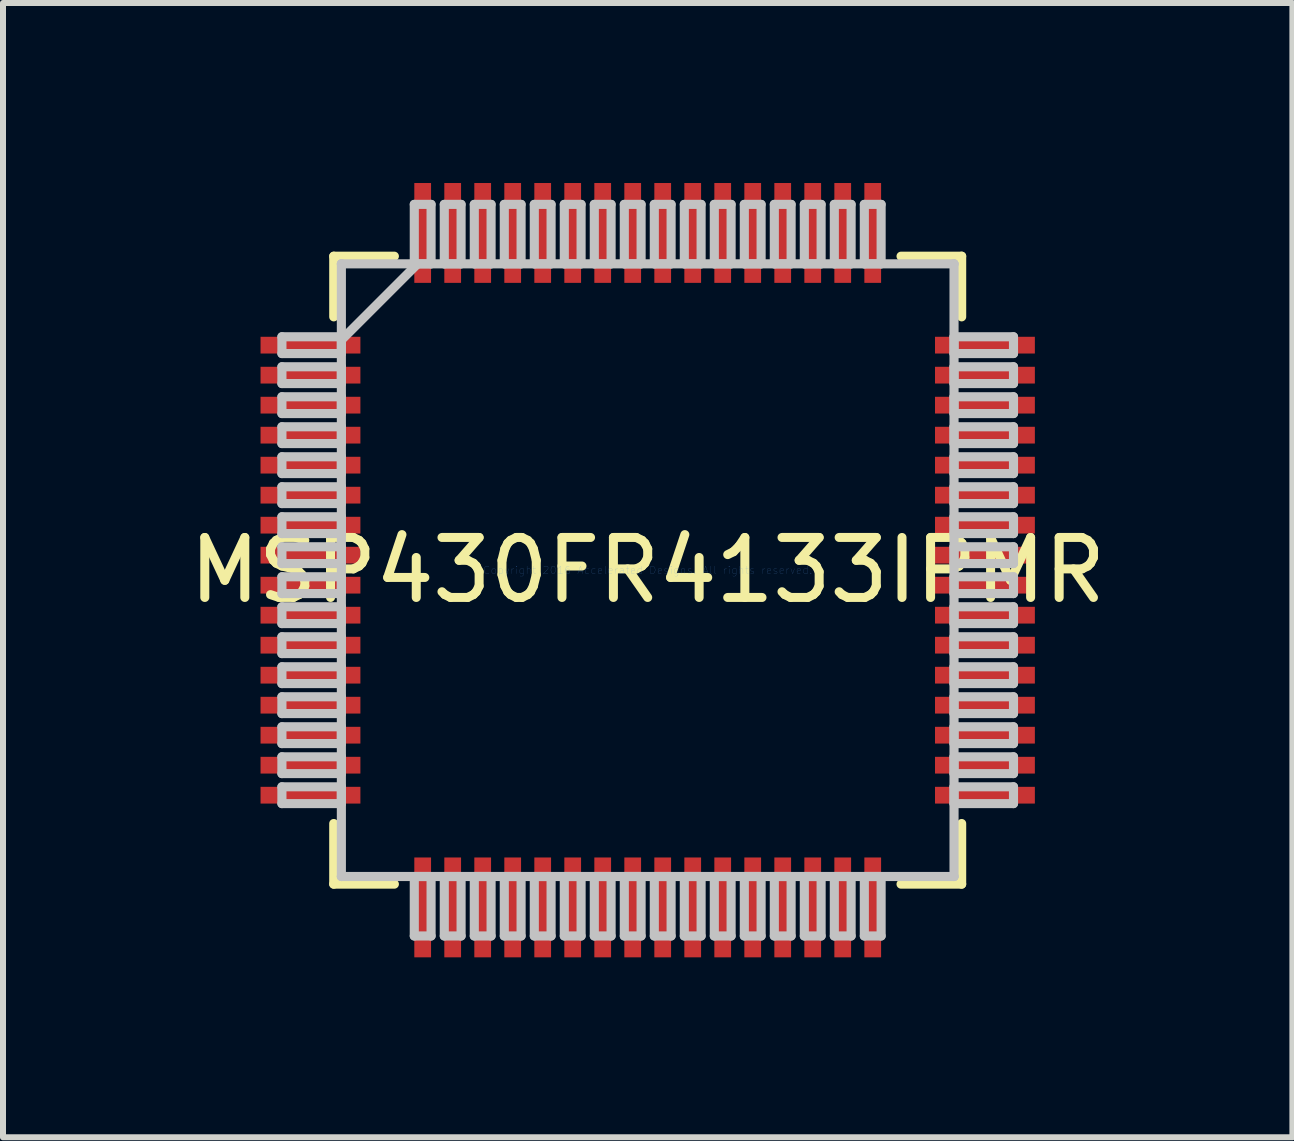
<source format=kicad_pcb>
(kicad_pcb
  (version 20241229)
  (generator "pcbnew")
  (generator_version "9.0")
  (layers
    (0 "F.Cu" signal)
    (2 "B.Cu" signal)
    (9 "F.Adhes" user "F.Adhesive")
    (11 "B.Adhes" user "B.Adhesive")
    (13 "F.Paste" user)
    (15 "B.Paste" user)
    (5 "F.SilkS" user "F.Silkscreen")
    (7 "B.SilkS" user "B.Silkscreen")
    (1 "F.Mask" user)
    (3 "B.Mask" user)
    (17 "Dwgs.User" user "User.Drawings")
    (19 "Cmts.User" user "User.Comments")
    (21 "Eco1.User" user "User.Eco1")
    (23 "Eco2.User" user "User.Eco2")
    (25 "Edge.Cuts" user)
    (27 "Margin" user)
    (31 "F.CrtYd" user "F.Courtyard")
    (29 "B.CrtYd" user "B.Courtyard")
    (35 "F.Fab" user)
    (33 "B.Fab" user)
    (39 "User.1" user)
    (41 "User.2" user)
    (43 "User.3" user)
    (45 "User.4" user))
  (footprint "MSP430FR4133IPMR"
    (layer "F.Cu")
    (at 7.744 6.452)
    (property "Reference" "MSP430FR4133IPMR" (at 0 0 0) (layer "F.SilkS") (effects (font (size 1 1) (thickness 0.15))))
    (attr through_hole)
    (fp_line (start -5.232 -5.232) (end -5.232 -4.222) (stroke (width 0.152) (type solid)) (layer "F.SilkS"))
    (fp_line (start -5.232 4.222) (end -5.232 5.232) (stroke (width 0.152) (type solid)) (layer "F.SilkS"))
    (fp_line (start -5.232 5.232) (end -4.222 5.232) (stroke (width 0.152) (type solid)) (layer "F.SilkS"))
    (fp_line (start -4.222 -5.232) (end -5.232 -5.232) (stroke (width 0.152) (type solid)) (layer "F.SilkS"))
    (fp_line (start 4.222 5.232) (end 5.232 5.232) (stroke (width 0.152) (type solid)) (layer "F.SilkS"))
    (fp_line (start 5.232 -5.232) (end 4.222 -5.232) (stroke (width 0.152) (type solid)) (layer "F.SilkS"))
    (fp_line (start 5.232 -4.222) (end 5.232 -5.232) (stroke (width 0.152) (type solid)) (layer "F.SilkS"))
    (fp_line (start 5.232 5.232) (end 5.232 4.222) (stroke (width 0.152) (type solid)) (layer "F.SilkS"))
    (fp_line (start -6.096 -3.89) (end -6.096 -3.61) (stroke (width 0.152) (type solid)) (layer "Dwgs.User"))
    (fp_line (start -6.096 -3.61) (end -5.105 -3.61) (stroke (width 0.152) (type solid)) (layer "Dwgs.User"))
    (fp_line (start -6.096 -3.39) (end -6.096 -3.11) (stroke (width 0.152) (type solid)) (layer "Dwgs.User"))
    (fp_line (start -6.096 -3.11) (end -5.105 -3.11) (stroke (width 0.152) (type solid)) (layer "Dwgs.User"))
    (fp_line (start -6.096 -2.89) (end -6.096 -2.61) (stroke (width 0.152) (type solid)) (layer "Dwgs.User"))
    (fp_line (start -6.096 -2.61) (end -5.105 -2.61) (stroke (width 0.152) (type solid)) (layer "Dwgs.User"))
    (fp_line (start -6.096 -2.39) (end -6.096 -2.11) (stroke (width 0.152) (type solid)) (layer "Dwgs.User"))
    (fp_line (start -6.096 -2.11) (end -5.105 -2.11) (stroke (width 0.152) (type solid)) (layer "Dwgs.User"))
    (fp_line (start -6.096 -1.89) (end -6.096 -1.61) (stroke (width 0.152) (type solid)) (layer "Dwgs.User"))
    (fp_line (start -6.096 -1.61) (end -5.105 -1.61) (stroke (width 0.152) (type solid)) (layer "Dwgs.User"))
    (fp_line (start -6.096 -1.39) (end -6.096 -1.11) (stroke (width 0.152) (type solid)) (layer "Dwgs.User"))
    (fp_line (start -6.096 -1.11) (end -5.105 -1.11) (stroke (width 0.152) (type solid)) (layer "Dwgs.User"))
    (fp_line (start -6.096 -0.89) (end -6.096 -0.61) (stroke (width 0.152) (type solid)) (layer "Dwgs.User"))
    (fp_line (start -6.096 -0.61) (end -5.105 -0.61) (stroke (width 0.152) (type solid)) (layer "Dwgs.User"))
    (fp_line (start -6.096 -0.39) (end -6.096 -0.11) (stroke (width 0.152) (type solid)) (layer "Dwgs.User"))
    (fp_line (start -6.096 -0.11) (end -5.105 -0.11) (stroke (width 0.152) (type solid)) (layer "Dwgs.User"))
    (fp_line (start -6.096 0.11) (end -6.096 0.39) (stroke (width 0.152) (type solid)) (layer "Dwgs.User"))
    (fp_line (start -6.096 0.39) (end -5.105 0.39) (stroke (width 0.152) (type solid)) (layer "Dwgs.User"))
    (fp_line (start -6.096 0.61) (end -6.096 0.89) (stroke (width 0.152) (type solid)) (layer "Dwgs.User"))
    (fp_line (start -6.096 0.89) (end -5.105 0.89) (stroke (width 0.152) (type solid)) (layer "Dwgs.User"))
    (fp_line (start -6.096 1.11) (end -6.096 1.39) (stroke (width 0.152) (type solid)) (layer "Dwgs.User"))
    (fp_line (start -6.096 1.39) (end -5.105 1.39) (stroke (width 0.152) (type solid)) (layer "Dwgs.User"))
    (fp_line (start -6.096 1.61) (end -6.096 1.89) (stroke (width 0.152) (type solid)) (layer "Dwgs.User"))
    (fp_line (start -6.096 1.89) (end -5.105 1.89) (stroke (width 0.152) (type solid)) (layer "Dwgs.User"))
    (fp_line (start -6.096 2.11) (end -6.096 2.39) (stroke (width 0.152) (type solid)) (layer "Dwgs.User"))
    (fp_line (start -6.096 2.39) (end -5.105 2.39) (stroke (width 0.152) (type solid)) (layer "Dwgs.User"))
    (fp_line (start -6.096 2.61) (end -6.096 2.89) (stroke (width 0.152) (type solid)) (layer "Dwgs.User"))
    (fp_line (start -6.096 2.89) (end -5.105 2.89) (stroke (width 0.152) (type solid)) (layer "Dwgs.User"))
    (fp_line (start -6.096 3.11) (end -6.096 3.39) (stroke (width 0.152) (type solid)) (layer "Dwgs.User"))
    (fp_line (start -6.096 3.39) (end -5.105 3.39) (stroke (width 0.152) (type solid)) (layer "Dwgs.User"))
    (fp_line (start -6.096 3.61) (end -6.096 3.89) (stroke (width 0.152) (type solid)) (layer "Dwgs.User"))
    (fp_line (start -6.096 3.89) (end -5.105 3.89) (stroke (width 0.152) (type solid)) (layer "Dwgs.User"))
    (fp_line (start -5.105 -5.105) (end -5.105 -5.105) (stroke (width 0.152) (type solid)) (layer "Dwgs.User"))
    (fp_line (start -5.105 -5.105) (end -5.105 5.105) (stroke (width 0.152) (type solid)) (layer "Dwgs.User"))
    (fp_line (start -5.105 -3.89) (end -6.096 -3.89) (stroke (width 0.152) (type solid)) (layer "Dwgs.User"))
    (fp_line (start -5.105 -3.835) (end -3.835 -5.105) (stroke (width 0.152) (type solid)) (layer "Dwgs.User"))
    (fp_line (start -5.105 -3.61) (end -5.105 -3.89) (stroke (width 0.152) (type solid)) (layer "Dwgs.User"))
    (fp_line (start -5.105 -3.39) (end -6.096 -3.39) (stroke (width 0.152) (type solid)) (layer "Dwgs.User"))
    (fp_line (start -5.105 -3.11) (end -5.105 -3.39) (stroke (width 0.152) (type solid)) (layer "Dwgs.User"))
    (fp_line (start -5.105 -2.89) (end -6.096 -2.89) (stroke (width 0.152) (type solid)) (layer "Dwgs.User"))
    (fp_line (start -5.105 -2.61) (end -5.105 -2.89) (stroke (width 0.152) (type solid)) (layer "Dwgs.User"))
    (fp_line (start -5.105 -2.39) (end -6.096 -2.39) (stroke (width 0.152) (type solid)) (layer "Dwgs.User"))
    (fp_line (start -5.105 -2.11) (end -5.105 -2.39) (stroke (width 0.152) (type solid)) (layer "Dwgs.User"))
    (fp_line (start -5.105 -1.89) (end -6.096 -1.89) (stroke (width 0.152) (type solid)) (layer "Dwgs.User"))
    (fp_line (start -5.105 -1.61) (end -5.105 -1.89) (stroke (width 0.152) (type solid)) (layer "Dwgs.User"))
    (fp_line (start -5.105 -1.39) (end -6.096 -1.39) (stroke (width 0.152) (type solid)) (layer "Dwgs.User"))
    (fp_line (start -5.105 -1.11) (end -5.105 -1.39) (stroke (width 0.152) (type solid)) (layer "Dwgs.User"))
    (fp_line (start -5.105 -0.89) (end -6.096 -0.89) (stroke (width 0.152) (type solid)) (layer "Dwgs.User"))
    (fp_line (start -5.105 -0.61) (end -5.105 -0.89) (stroke (width 0.152) (type solid)) (layer "Dwgs.User"))
    (fp_line (start -5.105 -0.39) (end -6.096 -0.39) (stroke (width 0.152) (type solid)) (layer "Dwgs.User"))
    (fp_line (start -5.105 -0.11) (end -5.105 -0.39) (stroke (width 0.152) (type solid)) (layer "Dwgs.User"))
    (fp_line (start -5.105 0.11) (end -6.096 0.11) (stroke (width 0.152) (type solid)) (layer "Dwgs.User"))
    (fp_line (start -5.105 0.39) (end -5.105 0.11) (stroke (width 0.152) (type solid)) (layer "Dwgs.User"))
    (fp_line (start -5.105 0.61) (end -6.096 0.61) (stroke (width 0.152) (type solid)) (layer "Dwgs.User"))
    (fp_line (start -5.105 0.89) (end -5.105 0.61) (stroke (width 0.152) (type solid)) (layer "Dwgs.User"))
    (fp_line (start -5.105 1.11) (end -6.096 1.11) (stroke (width 0.152) (type solid)) (layer "Dwgs.User"))
    (fp_line (start -5.105 1.39) (end -5.105 1.11) (stroke (width 0.152) (type solid)) (layer "Dwgs.User"))
    (fp_line (start -5.105 1.61) (end -6.096 1.61) (stroke (width 0.152) (type solid)) (layer "Dwgs.User"))
    (fp_line (start -5.105 1.89) (end -5.105 1.61) (stroke (width 0.152) (type solid)) (layer "Dwgs.User"))
    (fp_line (start -5.105 2.11) (end -6.096 2.11) (stroke (width 0.152) (type solid)) (layer "Dwgs.User"))
    (fp_line (start -5.105 2.39) (end -5.105 2.11) (stroke (width 0.152) (type solid)) (layer "Dwgs.User"))
    (fp_line (start -5.105 2.61) (end -6.096 2.61) (stroke (width 0.152) (type solid)) (layer "Dwgs.User"))
    (fp_line (start -5.105 2.89) (end -5.105 2.61) (stroke (width 0.152) (type solid)) (layer "Dwgs.User"))
    (fp_line (start -5.105 3.11) (end -6.096 3.11) (stroke (width 0.152) (type solid)) (layer "Dwgs.User"))
    (fp_line (start -5.105 3.39) (end -5.105 3.11) (stroke (width 0.152) (type solid)) (layer "Dwgs.User"))
    (fp_line (start -5.105 3.61) (end -6.096 3.61) (stroke (width 0.152) (type solid)) (layer "Dwgs.User"))
    (fp_line (start -5.105 3.89) (end -5.105 3.61) (stroke (width 0.152) (type solid)) (layer "Dwgs.User"))
    (fp_line (start -5.105 5.105) (end -5.105 5.105) (stroke (width 0.152) (type solid)) (layer "Dwgs.User"))
    (fp_line (start -5.105 5.105) (end 5.105 5.105) (stroke (width 0.152) (type solid)) (layer "Dwgs.User"))
    (fp_line (start -3.89 -6.096) (end -3.89 -5.105) (stroke (width 0.152) (type solid)) (layer "Dwgs.User"))
    (fp_line (start -3.89 -5.105) (end -3.61 -5.105) (stroke (width 0.152) (type solid)) (layer "Dwgs.User"))
    (fp_line (start -3.89 5.105) (end -3.89 6.096) (stroke (width 0.152) (type solid)) (layer "Dwgs.User"))
    (fp_line (start -3.89 6.096) (end -3.61 6.096) (stroke (width 0.152) (type solid)) (layer "Dwgs.User"))
    (fp_line (start -3.61 -6.096) (end -3.89 -6.096) (stroke (width 0.152) (type solid)) (layer "Dwgs.User"))
    (fp_line (start -3.61 -5.105) (end -3.61 -6.096) (stroke (width 0.152) (type solid)) (layer "Dwgs.User"))
    (fp_line (start -3.61 5.105) (end -3.89 5.105) (stroke (width 0.152) (type solid)) (layer "Dwgs.User"))
    (fp_line (start -3.61 6.096) (end -3.61 5.105) (stroke (width 0.152) (type solid)) (layer "Dwgs.User"))
    (fp_line (start -3.39 -6.096) (end -3.39 -5.105) (stroke (width 0.152) (type solid)) (layer "Dwgs.User"))
    (fp_line (start -3.39 -5.105) (end -3.11 -5.105) (stroke (width 0.152) (type solid)) (layer "Dwgs.User"))
    (fp_line (start -3.39 5.105) (end -3.39 6.096) (stroke (width 0.152) (type solid)) (layer "Dwgs.User"))
    (fp_line (start -3.39 6.096) (end -3.11 6.096) (stroke (width 0.152) (type solid)) (layer "Dwgs.User"))
    (fp_line (start -3.11 -6.096) (end -3.39 -6.096) (stroke (width 0.152) (type solid)) (layer "Dwgs.User"))
    (fp_line (start -3.11 -5.105) (end -3.11 -6.096) (stroke (width 0.152) (type solid)) (layer "Dwgs.User"))
    (fp_line (start -3.11 5.105) (end -3.39 5.105) (stroke (width 0.152) (type solid)) (layer "Dwgs.User"))
    (fp_line (start -3.11 6.096) (end -3.11 5.105) (stroke (width 0.152) (type solid)) (layer "Dwgs.User"))
    (fp_line (start -2.89 -6.096) (end -2.89 -5.105) (stroke (width 0.152) (type solid)) (layer "Dwgs.User"))
    (fp_line (start -2.89 -5.105) (end -2.61 -5.105) (stroke (width 0.152) (type solid)) (layer "Dwgs.User"))
    (fp_line (start -2.89 5.105) (end -2.89 6.096) (stroke (width 0.152) (type solid)) (layer "Dwgs.User"))
    (fp_line (start -2.89 6.096) (end -2.61 6.096) (stroke (width 0.152) (type solid)) (layer "Dwgs.User"))
    (fp_line (start -2.61 -6.096) (end -2.89 -6.096) (stroke (width 0.152) (type solid)) (layer "Dwgs.User"))
    (fp_line (start -2.61 -5.105) (end -2.61 -6.096) (stroke (width 0.152) (type solid)) (layer "Dwgs.User"))
    (fp_line (start -2.61 5.105) (end -2.89 5.105) (stroke (width 0.152) (type solid)) (layer "Dwgs.User"))
    (fp_line (start -2.61 6.096) (end -2.61 5.105) (stroke (width 0.152) (type solid)) (layer "Dwgs.User"))
    (fp_line (start -2.39 -6.096) (end -2.39 -5.105) (stroke (width 0.152) (type solid)) (layer "Dwgs.User"))
    (fp_line (start -2.39 -5.105) (end -2.11 -5.105) (stroke (width 0.152) (type solid)) (layer "Dwgs.User"))
    (fp_line (start -2.39 5.105) (end -2.39 6.096) (stroke (width 0.152) (type solid)) (layer "Dwgs.User"))
    (fp_line (start -2.39 6.096) (end -2.11 6.096) (stroke (width 0.152) (type solid)) (layer "Dwgs.User"))
    (fp_line (start -2.11 -6.096) (end -2.39 -6.096) (stroke (width 0.152) (type solid)) (layer "Dwgs.User"))
    (fp_line (start -2.11 -5.105) (end -2.11 -6.096) (stroke (width 0.152) (type solid)) (layer "Dwgs.User"))
    (fp_line (start -2.11 5.105) (end -2.39 5.105) (stroke (width 0.152) (type solid)) (layer "Dwgs.User"))
    (fp_line (start -2.11 6.096) (end -2.11 5.105) (stroke (width 0.152) (type solid)) (layer "Dwgs.User"))
    (fp_line (start -1.89 -6.096) (end -1.89 -5.105) (stroke (width 0.152) (type solid)) (layer "Dwgs.User"))
    (fp_line (start -1.89 -5.105) (end -1.61 -5.105) (stroke (width 0.152) (type solid)) (layer "Dwgs.User"))
    (fp_line (start -1.89 5.105) (end -1.89 6.096) (stroke (width 0.152) (type solid)) (layer "Dwgs.User"))
    (fp_line (start -1.89 6.096) (end -1.61 6.096) (stroke (width 0.152) (type solid)) (layer "Dwgs.User"))
    (fp_line (start -1.61 -6.096) (end -1.89 -6.096) (stroke (width 0.152) (type solid)) (layer "Dwgs.User"))
    (fp_line (start -1.61 -5.105) (end -1.61 -6.096) (stroke (width 0.152) (type solid)) (layer "Dwgs.User"))
    (fp_line (start -1.61 5.105) (end -1.89 5.105) (stroke (width 0.152) (type solid)) (layer "Dwgs.User"))
    (fp_line (start -1.61 6.096) (end -1.61 5.105) (stroke (width 0.152) (type solid)) (layer "Dwgs.User"))
    (fp_line (start -1.39 -6.096) (end -1.39 -5.105) (stroke (width 0.152) (type solid)) (layer "Dwgs.User"))
    (fp_line (start -1.39 -5.105) (end -1.11 -5.105) (stroke (width 0.152) (type solid)) (layer "Dwgs.User"))
    (fp_line (start -1.39 5.105) (end -1.39 6.096) (stroke (width 0.152) (type solid)) (layer "Dwgs.User"))
    (fp_line (start -1.39 6.096) (end -1.11 6.096) (stroke (width 0.152) (type solid)) (layer "Dwgs.User"))
    (fp_line (start -1.11 -6.096) (end -1.39 -6.096) (stroke (width 0.152) (type solid)) (layer "Dwgs.User"))
    (fp_line (start -1.11 -5.105) (end -1.11 -6.096) (stroke (width 0.152) (type solid)) (layer "Dwgs.User"))
    (fp_line (start -1.11 5.105) (end -1.39 5.105) (stroke (width 0.152) (type solid)) (layer "Dwgs.User"))
    (fp_line (start -1.11 6.096) (end -1.11 5.105) (stroke (width 0.152) (type solid)) (layer "Dwgs.User"))
    (fp_line (start -0.89 -6.096) (end -0.89 -5.105) (stroke (width 0.152) (type solid)) (layer "Dwgs.User"))
    (fp_line (start -0.89 -5.105) (end -0.61 -5.105) (stroke (width 0.152) (type solid)) (layer "Dwgs.User"))
    (fp_line (start -0.89 5.105) (end -0.89 6.096) (stroke (width 0.152) (type solid)) (layer "Dwgs.User"))
    (fp_line (start -0.89 6.096) (end -0.61 6.096) (stroke (width 0.152) (type solid)) (layer "Dwgs.User"))
    (fp_line (start -0.61 -6.096) (end -0.89 -6.096) (stroke (width 0.152) (type solid)) (layer "Dwgs.User"))
    (fp_line (start -0.61 -5.105) (end -0.61 -6.096) (stroke (width 0.152) (type solid)) (layer "Dwgs.User"))
    (fp_line (start -0.61 5.105) (end -0.89 5.105) (stroke (width 0.152) (type solid)) (layer "Dwgs.User"))
    (fp_line (start -0.61 6.096) (end -0.61 5.105) (stroke (width 0.152) (type solid)) (layer "Dwgs.User"))
    (fp_line (start -0.39 -6.096) (end -0.39 -5.105) (stroke (width 0.152) (type solid)) (layer "Dwgs.User"))
    (fp_line (start -0.39 -5.105) (end -0.11 -5.105) (stroke (width 0.152) (type solid)) (layer "Dwgs.User"))
    (fp_line (start -0.39 5.105) (end -0.39 6.096) (stroke (width 0.152) (type solid)) (layer "Dwgs.User"))
    (fp_line (start -0.39 6.096) (end -0.11 6.096) (stroke (width 0.152) (type solid)) (layer "Dwgs.User"))
    (fp_line (start -0.11 -6.096) (end -0.39 -6.096) (stroke (width 0.152) (type solid)) (layer "Dwgs.User"))
    (fp_line (start -0.11 -5.105) (end -0.11 -6.096) (stroke (width 0.152) (type solid)) (layer "Dwgs.User"))
    (fp_line (start -0.11 5.105) (end -0.39 5.105) (stroke (width 0.152) (type solid)) (layer "Dwgs.User"))
    (fp_line (start -0.11 6.096) (end -0.11 5.105) (stroke (width 0.152) (type solid)) (layer "Dwgs.User"))
    (fp_line (start 0.11 -6.096) (end 0.11 -5.105) (stroke (width 0.152) (type solid)) (layer "Dwgs.User"))
    (fp_line (start 0.11 -5.105) (end 0.39 -5.105) (stroke (width 0.152) (type solid)) (layer "Dwgs.User"))
    (fp_line (start 0.11 5.105) (end 0.11 6.096) (stroke (width 0.152) (type solid)) (layer "Dwgs.User"))
    (fp_line (start 0.11 6.096) (end 0.39 6.096) (stroke (width 0.152) (type solid)) (layer "Dwgs.User"))
    (fp_line (start 0.39 -6.096) (end 0.11 -6.096) (stroke (width 0.152) (type solid)) (layer "Dwgs.User"))
    (fp_line (start 0.39 -5.105) (end 0.39 -6.096) (stroke (width 0.152) (type solid)) (layer "Dwgs.User"))
    (fp_line (start 0.39 5.105) (end 0.11 5.105) (stroke (width 0.152) (type solid)) (layer "Dwgs.User"))
    (fp_line (start 0.39 6.096) (end 0.39 5.105) (stroke (width 0.152) (type solid)) (layer "Dwgs.User"))
    (fp_line (start 0.61 -6.096) (end 0.61 -5.105) (stroke (width 0.152) (type solid)) (layer "Dwgs.User"))
    (fp_line (start 0.61 -5.105) (end 0.89 -5.105) (stroke (width 0.152) (type solid)) (layer "Dwgs.User"))
    (fp_line (start 0.61 5.105) (end 0.61 6.096) (stroke (width 0.152) (type solid)) (layer "Dwgs.User"))
    (fp_line (start 0.61 6.096) (end 0.89 6.096) (stroke (width 0.152) (type solid)) (layer "Dwgs.User"))
    (fp_line (start 0.89 -6.096) (end 0.61 -6.096) (stroke (width 0.152) (type solid)) (layer "Dwgs.User"))
    (fp_line (start 0.89 -5.105) (end 0.89 -6.096) (stroke (width 0.152) (type solid)) (layer "Dwgs.User"))
    (fp_line (start 0.89 5.105) (end 0.61 5.105) (stroke (width 0.152) (type solid)) (layer "Dwgs.User"))
    (fp_line (start 0.89 6.096) (end 0.89 5.105) (stroke (width 0.152) (type solid)) (layer "Dwgs.User"))
    (fp_line (start 1.11 -6.096) (end 1.11 -5.105) (stroke (width 0.152) (type solid)) (layer "Dwgs.User"))
    (fp_line (start 1.11 -5.105) (end 1.39 -5.105) (stroke (width 0.152) (type solid)) (layer "Dwgs.User"))
    (fp_line (start 1.11 5.105) (end 1.11 6.096) (stroke (width 0.152) (type solid)) (layer "Dwgs.User"))
    (fp_line (start 1.11 6.096) (end 1.39 6.096) (stroke (width 0.152) (type solid)) (layer "Dwgs.User"))
    (fp_line (start 1.39 -6.096) (end 1.11 -6.096) (stroke (width 0.152) (type solid)) (layer "Dwgs.User"))
    (fp_line (start 1.39 -5.105) (end 1.39 -6.096) (stroke (width 0.152) (type solid)) (layer "Dwgs.User"))
    (fp_line (start 1.39 5.105) (end 1.11 5.105) (stroke (width 0.152) (type solid)) (layer "Dwgs.User"))
    (fp_line (start 1.39 6.096) (end 1.39 5.105) (stroke (width 0.152) (type solid)) (layer "Dwgs.User"))
    (fp_line (start 1.61 -6.096) (end 1.61 -5.105) (stroke (width 0.152) (type solid)) (layer "Dwgs.User"))
    (fp_line (start 1.61 -5.105) (end 1.89 -5.105) (stroke (width 0.152) (type solid)) (layer "Dwgs.User"))
    (fp_line (start 1.61 5.105) (end 1.61 6.096) (stroke (width 0.152) (type solid)) (layer "Dwgs.User"))
    (fp_line (start 1.61 6.096) (end 1.89 6.096) (stroke (width 0.152) (type solid)) (layer "Dwgs.User"))
    (fp_line (start 1.89 -6.096) (end 1.61 -6.096) (stroke (width 0.152) (type solid)) (layer "Dwgs.User"))
    (fp_line (start 1.89 -5.105) (end 1.89 -6.096) (stroke (width 0.152) (type solid)) (layer "Dwgs.User"))
    (fp_line (start 1.89 5.105) (end 1.61 5.105) (stroke (width 0.152) (type solid)) (layer "Dwgs.User"))
    (fp_line (start 1.89 6.096) (end 1.89 5.105) (stroke (width 0.152) (type solid)) (layer "Dwgs.User"))
    (fp_line (start 2.11 -6.096) (end 2.11 -5.105) (stroke (width 0.152) (type solid)) (layer "Dwgs.User"))
    (fp_line (start 2.11 -5.105) (end 2.39 -5.105) (stroke (width 0.152) (type solid)) (layer "Dwgs.User"))
    (fp_line (start 2.11 5.105) (end 2.11 6.096) (stroke (width 0.152) (type solid)) (layer "Dwgs.User"))
    (fp_line (start 2.11 6.096) (end 2.39 6.096) (stroke (width 0.152) (type solid)) (layer "Dwgs.User"))
    (fp_line (start 2.39 -6.096) (end 2.11 -6.096) (stroke (width 0.152) (type solid)) (layer "Dwgs.User"))
    (fp_line (start 2.39 -5.105) (end 2.39 -6.096) (stroke (width 0.152) (type solid)) (layer "Dwgs.User"))
    (fp_line (start 2.39 5.105) (end 2.11 5.105) (stroke (width 0.152) (type solid)) (layer "Dwgs.User"))
    (fp_line (start 2.39 6.096) (end 2.39 5.105) (stroke (width 0.152) (type solid)) (layer "Dwgs.User"))
    (fp_line (start 2.61 -6.096) (end 2.61 -5.105) (stroke (width 0.152) (type solid)) (layer "Dwgs.User"))
    (fp_line (start 2.61 -5.105) (end 2.89 -5.105) (stroke (width 0.152) (type solid)) (layer "Dwgs.User"))
    (fp_line (start 2.61 5.105) (end 2.61 6.096) (stroke (width 0.152) (type solid)) (layer "Dwgs.User"))
    (fp_line (start 2.61 6.096) (end 2.89 6.096) (stroke (width 0.152) (type solid)) (layer "Dwgs.User"))
    (fp_line (start 2.89 -6.096) (end 2.61 -6.096) (stroke (width 0.152) (type solid)) (layer "Dwgs.User"))
    (fp_line (start 2.89 -5.105) (end 2.89 -6.096) (stroke (width 0.152) (type solid)) (layer "Dwgs.User"))
    (fp_line (start 2.89 5.105) (end 2.61 5.105) (stroke (width 0.152) (type solid)) (layer "Dwgs.User"))
    (fp_line (start 2.89 6.096) (end 2.89 5.105) (stroke (width 0.152) (type solid)) (layer "Dwgs.User"))
    (fp_line (start 3.11 -6.096) (end 3.11 -5.105) (stroke (width 0.152) (type solid)) (layer "Dwgs.User"))
    (fp_line (start 3.11 -5.105) (end 3.39 -5.105) (stroke (width 0.152) (type solid)) (layer "Dwgs.User"))
    (fp_line (start 3.11 5.105) (end 3.11 6.096) (stroke (width 0.152) (type solid)) (layer "Dwgs.User"))
    (fp_line (start 3.11 6.096) (end 3.39 6.096) (stroke (width 0.152) (type solid)) (layer "Dwgs.User"))
    (fp_line (start 3.39 -6.096) (end 3.11 -6.096) (stroke (width 0.152) (type solid)) (layer "Dwgs.User"))
    (fp_line (start 3.39 -5.105) (end 3.39 -6.096) (stroke (width 0.152) (type solid)) (layer "Dwgs.User"))
    (fp_line (start 3.39 5.105) (end 3.11 5.105) (stroke (width 0.152) (type solid)) (layer "Dwgs.User"))
    (fp_line (start 3.39 6.096) (end 3.39 5.105) (stroke (width 0.152) (type solid)) (layer "Dwgs.User"))
    (fp_line (start 3.61 -6.096) (end 3.61 -5.105) (stroke (width 0.152) (type solid)) (layer "Dwgs.User"))
    (fp_line (start 3.61 -5.105) (end 3.89 -5.105) (stroke (width 0.152) (type solid)) (layer "Dwgs.User"))
    (fp_line (start 3.61 5.105) (end 3.61 6.096) (stroke (width 0.152) (type solid)) (layer "Dwgs.User"))
    (fp_line (start 3.61 6.096) (end 3.89 6.096) (stroke (width 0.152) (type solid)) (layer "Dwgs.User"))
    (fp_line (start 3.89 -6.096) (end 3.61 -6.096) (stroke (width 0.152) (type solid)) (layer "Dwgs.User"))
    (fp_line (start 3.89 -5.105) (end 3.89 -6.096) (stroke (width 0.152) (type solid)) (layer "Dwgs.User"))
    (fp_line (start 3.89 5.105) (end 3.61 5.105) (stroke (width 0.152) (type solid)) (layer "Dwgs.User"))
    (fp_line (start 3.89 6.096) (end 3.89 5.105) (stroke (width 0.152) (type solid)) (layer "Dwgs.User"))
    (fp_line (start 5.105 -5.105) (end -5.105 -5.105) (stroke (width 0.152) (type solid)) (layer "Dwgs.User"))
    (fp_line (start 5.105 -5.105) (end 5.105 -5.105) (stroke (width 0.152) (type solid)) (layer "Dwgs.User"))
    (fp_line (start 5.105 -3.89) (end 5.105 -3.61) (stroke (width 0.152) (type solid)) (layer "Dwgs.User"))
    (fp_line (start 5.105 -3.61) (end 6.096 -3.61) (stroke (width 0.152) (type solid)) (layer "Dwgs.User"))
    (fp_line (start 5.105 -3.39) (end 5.105 -3.11) (stroke (width 0.152) (type solid)) (layer "Dwgs.User"))
    (fp_line (start 5.105 -3.11) (end 6.096 -3.11) (stroke (width 0.152) (type solid)) (layer "Dwgs.User"))
    (fp_line (start 5.105 -2.89) (end 5.105 -2.61) (stroke (width 0.152) (type solid)) (layer "Dwgs.User"))
    (fp_line (start 5.105 -2.61) (end 6.096 -2.61) (stroke (width 0.152) (type solid)) (layer "Dwgs.User"))
    (fp_line (start 5.105 -2.39) (end 5.105 -2.11) (stroke (width 0.152) (type solid)) (layer "Dwgs.User"))
    (fp_line (start 5.105 -2.11) (end 6.096 -2.11) (stroke (width 0.152) (type solid)) (layer "Dwgs.User"))
    (fp_line (start 5.105 -1.89) (end 5.105 -1.61) (stroke (width 0.152) (type solid)) (layer "Dwgs.User"))
    (fp_line (start 5.105 -1.61) (end 6.096 -1.61) (stroke (width 0.152) (type solid)) (layer "Dwgs.User"))
    (fp_line (start 5.105 -1.39) (end 5.105 -1.11) (stroke (width 0.152) (type solid)) (layer "Dwgs.User"))
    (fp_line (start 5.105 -1.11) (end 6.096 -1.11) (stroke (width 0.152) (type solid)) (layer "Dwgs.User"))
    (fp_line (start 5.105 -0.89) (end 5.105 -0.61) (stroke (width 0.152) (type solid)) (layer "Dwgs.User"))
    (fp_line (start 5.105 -0.61) (end 6.096 -0.61) (stroke (width 0.152) (type solid)) (layer "Dwgs.User"))
    (fp_line (start 5.105 -0.39) (end 5.105 -0.11) (stroke (width 0.152) (type solid)) (layer "Dwgs.User"))
    (fp_line (start 5.105 -0.11) (end 6.096 -0.11) (stroke (width 0.152) (type solid)) (layer "Dwgs.User"))
    (fp_line (start 5.105 0.11) (end 5.105 0.39) (stroke (width 0.152) (type solid)) (layer "Dwgs.User"))
    (fp_line (start 5.105 0.39) (end 6.096 0.39) (stroke (width 0.152) (type solid)) (layer "Dwgs.User"))
    (fp_line (start 5.105 0.61) (end 5.105 0.89) (stroke (width 0.152) (type solid)) (layer "Dwgs.User"))
    (fp_line (start 5.105 0.89) (end 6.096 0.89) (stroke (width 0.152) (type solid)) (layer "Dwgs.User"))
    (fp_line (start 5.105 1.11) (end 5.105 1.39) (stroke (width 0.152) (type solid)) (layer "Dwgs.User"))
    (fp_line (start 5.105 1.39) (end 6.096 1.39) (stroke (width 0.152) (type solid)) (layer "Dwgs.User"))
    (fp_line (start 5.105 1.61) (end 5.105 1.89) (stroke (width 0.152) (type solid)) (layer "Dwgs.User"))
    (fp_line (start 5.105 1.89) (end 6.096 1.89) (stroke (width 0.152) (type solid)) (layer "Dwgs.User"))
    (fp_line (start 5.105 2.11) (end 5.105 2.39) (stroke (width 0.152) (type solid)) (layer "Dwgs.User"))
    (fp_line (start 5.105 2.39) (end 6.096 2.39) (stroke (width 0.152) (type solid)) (layer "Dwgs.User"))
    (fp_line (start 5.105 2.61) (end 5.105 2.89) (stroke (width 0.152) (type solid)) (layer "Dwgs.User"))
    (fp_line (start 5.105 2.89) (end 6.096 2.89) (stroke (width 0.152) (type solid)) (layer "Dwgs.User"))
    (fp_line (start 5.105 3.11) (end 5.105 3.39) (stroke (width 0.152) (type solid)) (layer "Dwgs.User"))
    (fp_line (start 5.105 3.39) (end 6.096 3.39) (stroke (width 0.152) (type solid)) (layer "Dwgs.User"))
    (fp_line (start 5.105 3.61) (end 5.105 3.89) (stroke (width 0.152) (type solid)) (layer "Dwgs.User"))
    (fp_line (start 5.105 3.89) (end 6.096 3.89) (stroke (width 0.152) (type solid)) (layer "Dwgs.User"))
    (fp_line (start 5.105 5.105) (end 5.105 -5.105) (stroke (width 0.152) (type solid)) (layer "Dwgs.User"))
    (fp_line (start 5.105 5.105) (end 5.105 5.105) (stroke (width 0.152) (type solid)) (layer "Dwgs.User"))
    (fp_line (start 6.096 -3.89) (end 5.105 -3.89) (stroke (width 0.152) (type solid)) (layer "Dwgs.User"))
    (fp_line (start 6.096 -3.61) (end 6.096 -3.89) (stroke (width 0.152) (type solid)) (layer "Dwgs.User"))
    (fp_line (start 6.096 -3.39) (end 5.105 -3.39) (stroke (width 0.152) (type solid)) (layer "Dwgs.User"))
    (fp_line (start 6.096 -3.11) (end 6.096 -3.39) (stroke (width 0.152) (type solid)) (layer "Dwgs.User"))
    (fp_line (start 6.096 -2.89) (end 5.105 -2.89) (stroke (width 0.152) (type solid)) (layer "Dwgs.User"))
    (fp_line (start 6.096 -2.61) (end 6.096 -2.89) (stroke (width 0.152) (type solid)) (layer "Dwgs.User"))
    (fp_line (start 6.096 -2.39) (end 5.105 -2.39) (stroke (width 0.152) (type solid)) (layer "Dwgs.User"))
    (fp_line (start 6.096 -2.11) (end 6.096 -2.39) (stroke (width 0.152) (type solid)) (layer "Dwgs.User"))
    (fp_line (start 6.096 -1.89) (end 5.105 -1.89) (stroke (width 0.152) (type solid)) (layer "Dwgs.User"))
    (fp_line (start 6.096 -1.61) (end 6.096 -1.89) (stroke (width 0.152) (type solid)) (layer "Dwgs.User"))
    (fp_line (start 6.096 -1.39) (end 5.105 -1.39) (stroke (width 0.152) (type solid)) (layer "Dwgs.User"))
    (fp_line (start 6.096 -1.11) (end 6.096 -1.39) (stroke (width 0.152) (type solid)) (layer "Dwgs.User"))
    (fp_line (start 6.096 -0.89) (end 5.105 -0.89) (stroke (width 0.152) (type solid)) (layer "Dwgs.User"))
    (fp_line (start 6.096 -0.61) (end 6.096 -0.89) (stroke (width 0.152) (type solid)) (layer "Dwgs.User"))
    (fp_line (start 6.096 -0.39) (end 5.105 -0.39) (stroke (width 0.152) (type solid)) (layer "Dwgs.User"))
    (fp_line (start 6.096 -0.11) (end 6.096 -0.39) (stroke (width 0.152) (type solid)) (layer "Dwgs.User"))
    (fp_line (start 6.096 0.11) (end 5.105 0.11) (stroke (width 0.152) (type solid)) (layer "Dwgs.User"))
    (fp_line (start 6.096 0.39) (end 6.096 0.11) (stroke (width 0.152) (type solid)) (layer "Dwgs.User"))
    (fp_line (start 6.096 0.61) (end 5.105 0.61) (stroke (width 0.152) (type solid)) (layer "Dwgs.User"))
    (fp_line (start 6.096 0.89) (end 6.096 0.61) (stroke (width 0.152) (type solid)) (layer "Dwgs.User"))
    (fp_line (start 6.096 1.11) (end 5.105 1.11) (stroke (width 0.152) (type solid)) (layer "Dwgs.User"))
    (fp_line (start 6.096 1.39) (end 6.096 1.11) (stroke (width 0.152) (type solid)) (layer "Dwgs.User"))
    (fp_line (start 6.096 1.61) (end 5.105 1.61) (stroke (width 0.152) (type solid)) (layer "Dwgs.User"))
    (fp_line (start 6.096 1.89) (end 6.096 1.61) (stroke (width 0.152) (type solid)) (layer "Dwgs.User"))
    (fp_line (start 6.096 2.11) (end 5.105 2.11) (stroke (width 0.152) (type solid)) (layer "Dwgs.User"))
    (fp_line (start 6.096 2.39) (end 6.096 2.11) (stroke (width 0.152) (type solid)) (layer "Dwgs.User"))
    (fp_line (start 6.096 2.61) (end 5.105 2.61) (stroke (width 0.152) (type solid)) (layer "Dwgs.User"))
    (fp_line (start 6.096 2.89) (end 6.096 2.61) (stroke (width 0.152) (type solid)) (layer "Dwgs.User"))
    (fp_line (start 6.096 3.11) (end 5.105 3.11) (stroke (width 0.152) (type solid)) (layer "Dwgs.User"))
    (fp_line (start 6.096 3.39) (end 6.096 3.11) (stroke (width 0.152) (type solid)) (layer "Dwgs.User"))
    (fp_line (start 6.096 3.61) (end 5.105 3.61) (stroke (width 0.152) (type solid)) (layer "Dwgs.User"))
    (fp_line (start 6.096 3.89) (end 6.096 3.61) (stroke (width 0.152) (type solid)) (layer "Dwgs.User"))
    (fp_text user "Copyright 2016 Accelerated Designs. All rights reserved." (at 0 0 0) (layer "Cmts.User") (effects (font (size 0.127 0.127) (thickness 0.002))))
    (pad "1" smd rect (at -5.62 -3.75 90) (size 0.279 1.664) (layers "F.Cu" "F.Mask" "F.Paste"))
    (pad "2" smd rect (at -5.62 -3.25 90) (size 0.279 1.664) (layers "F.Cu" "F.Mask" "F.Paste"))
    (pad "3" smd rect (at -5.62 -2.75 90) (size 0.279 1.664) (layers "F.Cu" "F.Mask" "F.Paste"))
    (pad "4" smd rect (at -5.62 -2.25 90) (size 0.279 1.664) (layers "F.Cu" "F.Mask" "F.Paste"))
    (pad "5" smd rect (at -5.62 -1.75 90) (size 0.279 1.664) (layers "F.Cu" "F.Mask" "F.Paste"))
    (pad "6" smd rect (at -5.62 -1.25 90) (size 0.279 1.664) (layers "F.Cu" "F.Mask" "F.Paste"))
    (pad "7" smd rect (at -5.62 -0.75 90) (size 0.279 1.664) (layers "F.Cu" "F.Mask" "F.Paste"))
    (pad "8" smd rect (at -5.62 -0.25 90) (size 0.279 1.664) (layers "F.Cu" "F.Mask" "F.Paste"))
    (pad "9" smd rect (at -5.62 0.25 90) (size 0.279 1.664) (layers "F.Cu" "F.Mask" "F.Paste"))
    (pad "10" smd rect (at -5.62 0.75 90) (size 0.279 1.664) (layers "F.Cu" "F.Mask" "F.Paste"))
    (pad "11" smd rect (at -5.62 1.25 90) (size 0.279 1.664) (layers "F.Cu" "F.Mask" "F.Paste"))
    (pad "12" smd rect (at -5.62 1.75 90) (size 0.279 1.664) (layers "F.Cu" "F.Mask" "F.Paste"))
    (pad "13" smd rect (at -5.62 2.25 90) (size 0.279 1.664) (layers "F.Cu" "F.Mask" "F.Paste"))
    (pad "14" smd rect (at -5.62 2.75 90) (size 0.279 1.664) (layers "F.Cu" "F.Mask" "F.Paste"))
    (pad "15" smd rect (at -5.62 3.25 90) (size 0.279 1.664) (layers "F.Cu" "F.Mask" "F.Paste"))
    (pad "16" smd rect (at -5.62 3.75 90) (size 0.279 1.664) (layers "F.Cu" "F.Mask" "F.Paste"))
    (pad "17" smd rect (at -3.75 5.62) (size 0.279 1.664) (layers "F.Cu" "F.Mask" "F.Paste"))
    (pad "18" smd rect (at -3.25 5.62) (size 0.279 1.664) (layers "F.Cu" "F.Mask" "F.Paste"))
    (pad "19" smd rect (at -2.75 5.62) (size 0.279 1.664) (layers "F.Cu" "F.Mask" "F.Paste"))
    (pad "20" smd rect (at -2.25 5.62) (size 0.279 1.664) (layers "F.Cu" "F.Mask" "F.Paste"))
    (pad "21" smd rect (at -1.75 5.62) (size 0.279 1.664) (layers "F.Cu" "F.Mask" "F.Paste"))
    (pad "22" smd rect (at -1.25 5.62) (size 0.279 1.664) (layers "F.Cu" "F.Mask" "F.Paste"))
    (pad "23" smd rect (at -0.75 5.62) (size 0.279 1.664) (layers "F.Cu" "F.Mask" "F.Paste"))
    (pad "24" smd rect (at -0.25 5.62) (size 0.279 1.664) (layers "F.Cu" "F.Mask" "F.Paste"))
    (pad "25" smd rect (at 0.25 5.62) (size 0.279 1.664) (layers "F.Cu" "F.Mask" "F.Paste"))
    (pad "26" smd rect (at 0.75 5.62) (size 0.279 1.664) (layers "F.Cu" "F.Mask" "F.Paste"))
    (pad "27" smd rect (at 1.25 5.62) (size 0.279 1.664) (layers "F.Cu" "F.Mask" "F.Paste"))
    (pad "28" smd rect (at 1.75 5.62) (size 0.279 1.664) (layers "F.Cu" "F.Mask" "F.Paste"))
    (pad "29" smd rect (at 2.25 5.62) (size 0.279 1.664) (layers "F.Cu" "F.Mask" "F.Paste"))
    (pad "30" smd rect (at 2.75 5.62) (size 0.279 1.664) (layers "F.Cu" "F.Mask" "F.Paste"))
    (pad "31" smd rect (at 3.25 5.62) (size 0.279 1.664) (layers "F.Cu" "F.Mask" "F.Paste"))
    (pad "32" smd rect (at 3.75 5.62) (size 0.279 1.664) (layers "F.Cu" "F.Mask" "F.Paste"))
    (pad "33" smd rect (at 5.62 3.75 90) (size 0.279 1.664) (layers "F.Cu" "F.Mask" "F.Paste"))
    (pad "34" smd rect (at 5.62 3.25 90) (size 0.279 1.664) (layers "F.Cu" "F.Mask" "F.Paste"))
    (pad "35" smd rect (at 5.62 2.75 90) (size 0.279 1.664) (layers "F.Cu" "F.Mask" "F.Paste"))
    (pad "36" smd rect (at 5.62 2.25 90) (size 0.279 1.664) (layers "F.Cu" "F.Mask" "F.Paste"))
    (pad "37" smd rect (at 5.62 1.75 90) (size 0.279 1.664) (layers "F.Cu" "F.Mask" "F.Paste"))
    (pad "38" smd rect (at 5.62 1.25 90) (size 0.279 1.664) (layers "F.Cu" "F.Mask" "F.Paste"))
    (pad "39" smd rect (at 5.62 0.75 90) (size 0.279 1.664) (layers "F.Cu" "F.Mask" "F.Paste"))
    (pad "40" smd rect (at 5.62 0.25 90) (size 0.279 1.664) (layers "F.Cu" "F.Mask" "F.Paste"))
    (pad "41" smd rect (at 5.62 -0.25 90) (size 0.279 1.664) (layers "F.Cu" "F.Mask" "F.Paste"))
    (pad "42" smd rect (at 5.62 -0.75 90) (size 0.279 1.664) (layers "F.Cu" "F.Mask" "F.Paste"))
    (pad "43" smd rect (at 5.62 -1.25 90) (size 0.279 1.664) (layers "F.Cu" "F.Mask" "F.Paste"))
    (pad "44" smd rect (at 5.62 -1.75 90) (size 0.279 1.664) (layers "F.Cu" "F.Mask" "F.Paste"))
    (pad "45" smd rect (at 5.62 -2.25 90) (size 0.279 1.664) (layers "F.Cu" "F.Mask" "F.Paste"))
    (pad "46" smd rect (at 5.62 -2.75 90) (size 0.279 1.664) (layers "F.Cu" "F.Mask" "F.Paste"))
    (pad "47" smd rect (at 5.62 -3.25 90) (size 0.279 1.664) (layers "F.Cu" "F.Mask" "F.Paste"))
    (pad "48" smd rect (at 5.62 -3.75 90) (size 0.279 1.664) (layers "F.Cu" "F.Mask" "F.Paste"))
    (pad "49" smd rect (at 3.75 -5.62) (size 0.279 1.664) (layers "F.Cu" "F.Mask" "F.Paste"))
    (pad "50" smd rect (at 3.25 -5.62) (size 0.279 1.664) (layers "F.Cu" "F.Mask" "F.Paste"))
    (pad "51" smd rect (at 2.75 -5.62) (size 0.279 1.664) (layers "F.Cu" "F.Mask" "F.Paste"))
    (pad "52" smd rect (at 2.25 -5.62) (size 0.279 1.664) (layers "F.Cu" "F.Mask" "F.Paste"))
    (pad "53" smd rect (at 1.75 -5.62) (size 0.279 1.664) (layers "F.Cu" "F.Mask" "F.Paste"))
    (pad "54" smd rect (at 1.25 -5.62) (size 0.279 1.664) (layers "F.Cu" "F.Mask" "F.Paste"))
    (pad "55" smd rect (at 0.75 -5.62) (size 0.279 1.664) (layers "F.Cu" "F.Mask" "F.Paste"))
    (pad "56" smd rect (at 0.25 -5.62) (size 0.279 1.664) (layers "F.Cu" "F.Mask" "F.Paste"))
    (pad "57" smd rect (at -0.25 -5.62) (size 0.279 1.664) (layers "F.Cu" "F.Mask" "F.Paste"))
    (pad "58" smd rect (at -0.75 -5.62) (size 0.279 1.664) (layers "F.Cu" "F.Mask" "F.Paste"))
    (pad "59" smd rect (at -1.25 -5.62) (size 0.279 1.664) (layers "F.Cu" "F.Mask" "F.Paste"))
    (pad "60" smd rect (at -1.75 -5.62) (size 0.279 1.664) (layers "F.Cu" "F.Mask" "F.Paste"))
    (pad "61" smd rect (at -2.25 -5.62) (size 0.279 1.664) (layers "F.Cu" "F.Mask" "F.Paste"))
    (pad "62" smd rect (at -2.75 -5.62) (size 0.279 1.664) (layers "F.Cu" "F.Mask" "F.Paste"))
    (pad "63" smd rect (at -3.25 -5.62) (size 0.279 1.664) (layers "F.Cu" "F.Mask" "F.Paste"))
    (pad "64" smd rect (at -3.75 -5.62) (size 0.279 1.664) (layers "F.Cu" "F.Mask" "F.Paste")))
  (gr_rect
    (start -3 -3)
    (end 18.488 15.903)
    (stroke (width 0.1) (type default))
    (fill no)
    (layer "Edge.Cuts")))
</source>
